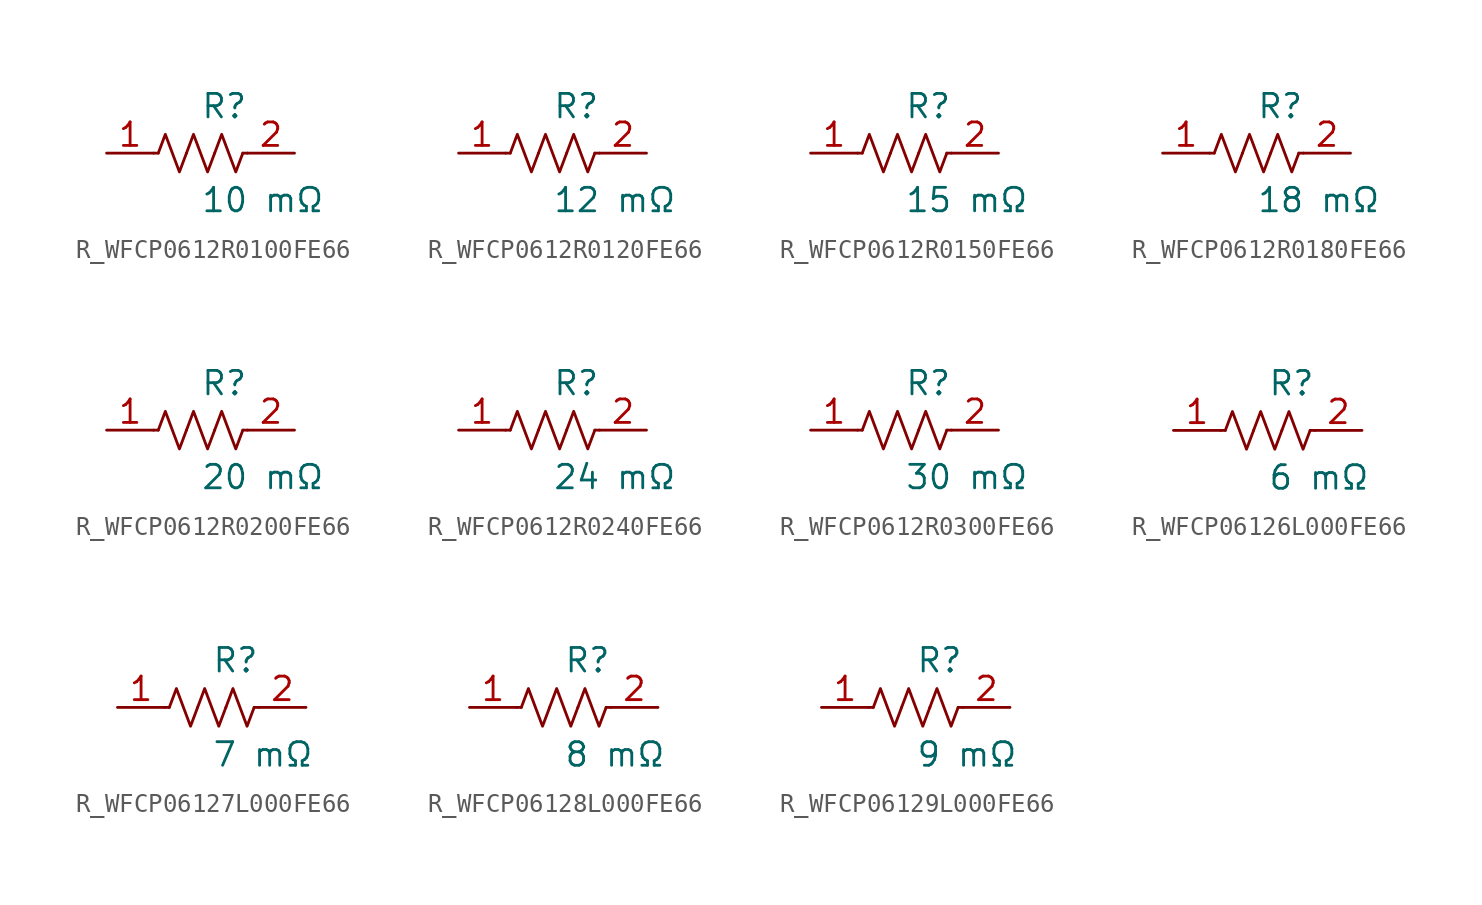
<source format=kicad_sym>
(kicad_symbol_lib
  (version 20231120)
  (generator kicad_symbol_editor)
  (generator_version 8.0)
  (symbol "R_WFCP0612R0100FE66"
    (pin_names
      (offset 0.254))
    (property "Reference" "R"
      (at 0 2.54 0)
      (effects (font (size 1.27 1.27)) (justify left)))
    (property "Value" "10 mΩ"
      (at 0 -2.54 0)
      (effects (font (size 1.27 1.27)) (justify left)))
    (symbol "R_WFCP0612R0100FE66_0_1"
      (polyline (pts (xy 2.286 0) (xy 2.54 0)) (stroke (width 0) (type default)) (fill (type none)))
      (polyline (pts (xy -2.286 0) (xy -2.54 0)) (stroke (width 0) (type default)) (fill (type none)))
      (polyline (pts (xy 0.762 0) (xy 1.143 1.016) (xy 1.524 0) (xy 1.905 -1.016) (xy 2.286 0)) (stroke (width 0) (type default)) (fill (type none)))
      (polyline (pts (xy -0.762 0) (xy -0.381 1.016) (xy 0 0) (xy 0.381 -1.016) (xy 0.762 0)) (stroke (width 0) (type default)) (fill (type none)))
      (polyline (pts (xy -2.286 0) (xy -1.905 1.016) (xy -1.524 0) (xy -1.143 -1.016) (xy -0.762 0)) (stroke (width 0) (type default)) (fill (type none))))
    (pin passive line
      (at -5.08 0 0)
      (length 2.54)
      (name "" (effects (font (size 1.27 1.27))))
      (number "1" (effects (font (size 1.27 1.27)))))
    (pin passive line
      (at 5.08 0 180)
      (length 2.54)
      (name "" (effects (font (size 1.27 1.27))))
      (number "2" (effects (font (size 1.27 1.27))))))
  (symbol "R_WFCP0612R0120FE66"
    (pin_names
      (offset 0.254))
    (property "Reference" "R"
      (at 0 2.54 0)
      (effects (font (size 1.27 1.27)) (justify left)))
    (property "Value" "12 mΩ"
      (at 0 -2.54 0)
      (effects (font (size 1.27 1.27)) (justify left)))
    (symbol "R_WFCP0612R0120FE66_0_1"
      (polyline (pts (xy 2.286 0) (xy 2.54 0)) (stroke (width 0) (type default)) (fill (type none)))
      (polyline (pts (xy -2.286 0) (xy -2.54 0)) (stroke (width 0) (type default)) (fill (type none)))
      (polyline (pts (xy 0.762 0) (xy 1.143 1.016) (xy 1.524 0) (xy 1.905 -1.016) (xy 2.286 0)) (stroke (width 0) (type default)) (fill (type none)))
      (polyline (pts (xy -0.762 0) (xy -0.381 1.016) (xy 0 0) (xy 0.381 -1.016) (xy 0.762 0)) (stroke (width 0) (type default)) (fill (type none)))
      (polyline (pts (xy -2.286 0) (xy -1.905 1.016) (xy -1.524 0) (xy -1.143 -1.016) (xy -0.762 0)) (stroke (width 0) (type default)) (fill (type none))))
    (pin passive line
      (at -5.08 0 0)
      (length 2.54)
      (name "" (effects (font (size 1.27 1.27))))
      (number "1" (effects (font (size 1.27 1.27)))))
    (pin passive line
      (at 5.08 0 180)
      (length 2.54)
      (name "" (effects (font (size 1.27 1.27))))
      (number "2" (effects (font (size 1.27 1.27))))))
  (symbol "R_WFCP0612R0150FE66"
    (pin_names
      (offset 0.254))
    (property "Reference" "R"
      (at 0 2.54 0)
      (effects (font (size 1.27 1.27)) (justify left)))
    (property "Value" "15 mΩ"
      (at 0 -2.54 0)
      (effects (font (size 1.27 1.27)) (justify left)))
    (symbol "R_WFCP0612R0150FE66_0_1"
      (polyline (pts (xy 2.286 0) (xy 2.54 0)) (stroke (width 0) (type default)) (fill (type none)))
      (polyline (pts (xy -2.286 0) (xy -2.54 0)) (stroke (width 0) (type default)) (fill (type none)))
      (polyline (pts (xy 0.762 0) (xy 1.143 1.016) (xy 1.524 0) (xy 1.905 -1.016) (xy 2.286 0)) (stroke (width 0) (type default)) (fill (type none)))
      (polyline (pts (xy -0.762 0) (xy -0.381 1.016) (xy 0 0) (xy 0.381 -1.016) (xy 0.762 0)) (stroke (width 0) (type default)) (fill (type none)))
      (polyline (pts (xy -2.286 0) (xy -1.905 1.016) (xy -1.524 0) (xy -1.143 -1.016) (xy -0.762 0)) (stroke (width 0) (type default)) (fill (type none))))
    (pin passive line
      (at -5.08 0 0)
      (length 2.54)
      (name "" (effects (font (size 1.27 1.27))))
      (number "1" (effects (font (size 1.27 1.27)))))
    (pin passive line
      (at 5.08 0 180)
      (length 2.54)
      (name "" (effects (font (size 1.27 1.27))))
      (number "2" (effects (font (size 1.27 1.27))))))
  (symbol "R_WFCP0612R0180FE66"
    (pin_names
      (offset 0.254))
    (property "Reference" "R"
      (at 0 2.54 0)
      (effects (font (size 1.27 1.27)) (justify left)))
    (property "Value" "18 mΩ"
      (at 0 -2.54 0)
      (effects (font (size 1.27 1.27)) (justify left)))
    (symbol "R_WFCP0612R0180FE66_0_1"
      (polyline (pts (xy 2.286 0) (xy 2.54 0)) (stroke (width 0) (type default)) (fill (type none)))
      (polyline (pts (xy -2.286 0) (xy -2.54 0)) (stroke (width 0) (type default)) (fill (type none)))
      (polyline (pts (xy 0.762 0) (xy 1.143 1.016) (xy 1.524 0) (xy 1.905 -1.016) (xy 2.286 0)) (stroke (width 0) (type default)) (fill (type none)))
      (polyline (pts (xy -0.762 0) (xy -0.381 1.016) (xy 0 0) (xy 0.381 -1.016) (xy 0.762 0)) (stroke (width 0) (type default)) (fill (type none)))
      (polyline (pts (xy -2.286 0) (xy -1.905 1.016) (xy -1.524 0) (xy -1.143 -1.016) (xy -0.762 0)) (stroke (width 0) (type default)) (fill (type none))))
    (pin passive line
      (at -5.08 0 0)
      (length 2.54)
      (name "" (effects (font (size 1.27 1.27))))
      (number "1" (effects (font (size 1.27 1.27)))))
    (pin passive line
      (at 5.08 0 180)
      (length 2.54)
      (name "" (effects (font (size 1.27 1.27))))
      (number "2" (effects (font (size 1.27 1.27))))))
  (symbol "R_WFCP0612R0200FE66"
    (pin_names
      (offset 0.254))
    (property "Reference" "R"
      (at 0 2.54 0)
      (effects (font (size 1.27 1.27)) (justify left)))
    (property "Value" "20 mΩ"
      (at 0 -2.54 0)
      (effects (font (size 1.27 1.27)) (justify left)))
    (symbol "R_WFCP0612R0200FE66_0_1"
      (polyline (pts (xy 2.286 0) (xy 2.54 0)) (stroke (width 0) (type default)) (fill (type none)))
      (polyline (pts (xy -2.286 0) (xy -2.54 0)) (stroke (width 0) (type default)) (fill (type none)))
      (polyline (pts (xy 0.762 0) (xy 1.143 1.016) (xy 1.524 0) (xy 1.905 -1.016) (xy 2.286 0)) (stroke (width 0) (type default)) (fill (type none)))
      (polyline (pts (xy -0.762 0) (xy -0.381 1.016) (xy 0 0) (xy 0.381 -1.016) (xy 0.762 0)) (stroke (width 0) (type default)) (fill (type none)))
      (polyline (pts (xy -2.286 0) (xy -1.905 1.016) (xy -1.524 0) (xy -1.143 -1.016) (xy -0.762 0)) (stroke (width 0) (type default)) (fill (type none))))
    (pin passive line
      (at -5.08 0 0)
      (length 2.54)
      (name "" (effects (font (size 1.27 1.27))))
      (number "1" (effects (font (size 1.27 1.27)))))
    (pin passive line
      (at 5.08 0 180)
      (length 2.54)
      (name "" (effects (font (size 1.27 1.27))))
      (number "2" (effects (font (size 1.27 1.27))))))
  (symbol "R_WFCP0612R0240FE66"
    (pin_names
      (offset 0.254))
    (property "Reference" "R"
      (at 0 2.54 0)
      (effects (font (size 1.27 1.27)) (justify left)))
    (property "Value" "24 mΩ"
      (at 0 -2.54 0)
      (effects (font (size 1.27 1.27)) (justify left)))
    (symbol "R_WFCP0612R0240FE66_0_1"
      (polyline (pts (xy 2.286 0) (xy 2.54 0)) (stroke (width 0) (type default)) (fill (type none)))
      (polyline (pts (xy -2.286 0) (xy -2.54 0)) (stroke (width 0) (type default)) (fill (type none)))
      (polyline (pts (xy 0.762 0) (xy 1.143 1.016) (xy 1.524 0) (xy 1.905 -1.016) (xy 2.286 0)) (stroke (width 0) (type default)) (fill (type none)))
      (polyline (pts (xy -0.762 0) (xy -0.381 1.016) (xy 0 0) (xy 0.381 -1.016) (xy 0.762 0)) (stroke (width 0) (type default)) (fill (type none)))
      (polyline (pts (xy -2.286 0) (xy -1.905 1.016) (xy -1.524 0) (xy -1.143 -1.016) (xy -0.762 0)) (stroke (width 0) (type default)) (fill (type none))))
    (pin passive line
      (at -5.08 0 0)
      (length 2.54)
      (name "" (effects (font (size 1.27 1.27))))
      (number "1" (effects (font (size 1.27 1.27)))))
    (pin passive line
      (at 5.08 0 180)
      (length 2.54)
      (name "" (effects (font (size 1.27 1.27))))
      (number "2" (effects (font (size 1.27 1.27))))))
  (symbol "R_WFCP0612R0300FE66"
    (pin_names
      (offset 0.254))
    (property "Reference" "R"
      (at 0 2.54 0)
      (effects (font (size 1.27 1.27)) (justify left)))
    (property "Value" "30 mΩ"
      (at 0 -2.54 0)
      (effects (font (size 1.27 1.27)) (justify left)))
    (symbol "R_WFCP0612R0300FE66_0_1"
      (polyline (pts (xy 2.286 0) (xy 2.54 0)) (stroke (width 0) (type default)) (fill (type none)))
      (polyline (pts (xy -2.286 0) (xy -2.54 0)) (stroke (width 0) (type default)) (fill (type none)))
      (polyline (pts (xy 0.762 0) (xy 1.143 1.016) (xy 1.524 0) (xy 1.905 -1.016) (xy 2.286 0)) (stroke (width 0) (type default)) (fill (type none)))
      (polyline (pts (xy -0.762 0) (xy -0.381 1.016) (xy 0 0) (xy 0.381 -1.016) (xy 0.762 0)) (stroke (width 0) (type default)) (fill (type none)))
      (polyline (pts (xy -2.286 0) (xy -1.905 1.016) (xy -1.524 0) (xy -1.143 -1.016) (xy -0.762 0)) (stroke (width 0) (type default)) (fill (type none))))
    (pin passive line
      (at -5.08 0 0)
      (length 2.54)
      (name "" (effects (font (size 1.27 1.27))))
      (number "1" (effects (font (size 1.27 1.27)))))
    (pin passive line
      (at 5.08 0 180)
      (length 2.54)
      (name "" (effects (font (size 1.27 1.27))))
      (number "2" (effects (font (size 1.27 1.27))))))
  (symbol "R_WFCP06126L000FE66"
    (pin_names
      (offset 0.254))
    (property "Reference" "R"
      (at 0 2.54 0)
      (effects (font (size 1.27 1.27)) (justify left)))
    (property "Value" "6 mΩ"
      (at 0 -2.54 0)
      (effects (font (size 1.27 1.27)) (justify left)))
    (symbol "R_WFCP06126L000FE66_0_1"
      (polyline (pts (xy 2.286 0) (xy 2.54 0)) (stroke (width 0) (type default)) (fill (type none)))
      (polyline (pts (xy -2.286 0) (xy -2.54 0)) (stroke (width 0) (type default)) (fill (type none)))
      (polyline (pts (xy 0.762 0) (xy 1.143 1.016) (xy 1.524 0) (xy 1.905 -1.016) (xy 2.286 0)) (stroke (width 0) (type default)) (fill (type none)))
      (polyline (pts (xy -0.762 0) (xy -0.381 1.016) (xy 0 0) (xy 0.381 -1.016) (xy 0.762 0)) (stroke (width 0) (type default)) (fill (type none)))
      (polyline (pts (xy -2.286 0) (xy -1.905 1.016) (xy -1.524 0) (xy -1.143 -1.016) (xy -0.762 0)) (stroke (width 0) (type default)) (fill (type none))))
    (pin passive line
      (at -5.08 0 0)
      (length 2.54)
      (name "" (effects (font (size 1.27 1.27))))
      (number "1" (effects (font (size 1.27 1.27)))))
    (pin passive line
      (at 5.08 0 180)
      (length 2.54)
      (name "" (effects (font (size 1.27 1.27))))
      (number "2" (effects (font (size 1.27 1.27))))))
  (symbol "R_WFCP06127L000FE66"
    (pin_names
      (offset 0.254))
    (property "Reference" "R"
      (at 0 2.54 0)
      (effects (font (size 1.27 1.27)) (justify left)))
    (property "Value" "7 mΩ"
      (at 0 -2.54 0)
      (effects (font (size 1.27 1.27)) (justify left)))
    (symbol "R_WFCP06127L000FE66_0_1"
      (polyline (pts (xy 2.286 0) (xy 2.54 0)) (stroke (width 0) (type default)) (fill (type none)))
      (polyline (pts (xy -2.286 0) (xy -2.54 0)) (stroke (width 0) (type default)) (fill (type none)))
      (polyline (pts (xy 0.762 0) (xy 1.143 1.016) (xy 1.524 0) (xy 1.905 -1.016) (xy 2.286 0)) (stroke (width 0) (type default)) (fill (type none)))
      (polyline (pts (xy -0.762 0) (xy -0.381 1.016) (xy 0 0) (xy 0.381 -1.016) (xy 0.762 0)) (stroke (width 0) (type default)) (fill (type none)))
      (polyline (pts (xy -2.286 0) (xy -1.905 1.016) (xy -1.524 0) (xy -1.143 -1.016) (xy -0.762 0)) (stroke (width 0) (type default)) (fill (type none))))
    (pin passive line
      (at -5.08 0 0)
      (length 2.54)
      (name "" (effects (font (size 1.27 1.27))))
      (number "1" (effects (font (size 1.27 1.27)))))
    (pin passive line
      (at 5.08 0 180)
      (length 2.54)
      (name "" (effects (font (size 1.27 1.27))))
      (number "2" (effects (font (size 1.27 1.27))))))
  (symbol "R_WFCP06128L000FE66"
    (pin_names
      (offset 0.254))
    (property "Reference" "R"
      (at 0 2.54 0)
      (effects (font (size 1.27 1.27)) (justify left)))
    (property "Value" "8 mΩ"
      (at 0 -2.54 0)
      (effects (font (size 1.27 1.27)) (justify left)))
    (symbol "R_WFCP06128L000FE66_0_1"
      (polyline (pts (xy 2.286 0) (xy 2.54 0)) (stroke (width 0) (type default)) (fill (type none)))
      (polyline (pts (xy -2.286 0) (xy -2.54 0)) (stroke (width 0) (type default)) (fill (type none)))
      (polyline (pts (xy 0.762 0) (xy 1.143 1.016) (xy 1.524 0) (xy 1.905 -1.016) (xy 2.286 0)) (stroke (width 0) (type default)) (fill (type none)))
      (polyline (pts (xy -0.762 0) (xy -0.381 1.016) (xy 0 0) (xy 0.381 -1.016) (xy 0.762 0)) (stroke (width 0) (type default)) (fill (type none)))
      (polyline (pts (xy -2.286 0) (xy -1.905 1.016) (xy -1.524 0) (xy -1.143 -1.016) (xy -0.762 0)) (stroke (width 0) (type default)) (fill (type none))))
    (pin passive line
      (at -5.08 0 0)
      (length 2.54)
      (name "" (effects (font (size 1.27 1.27))))
      (number "1" (effects (font (size 1.27 1.27)))))
    (pin passive line
      (at 5.08 0 180)
      (length 2.54)
      (name "" (effects (font (size 1.27 1.27))))
      (number "2" (effects (font (size 1.27 1.27))))))
  (symbol "R_WFCP06129L000FE66"
    (pin_names
      (offset 0.254))
    (property "Reference" "R"
      (at 0 2.54 0)
      (effects (font (size 1.27 1.27)) (justify left)))
    (property "Value" "9 mΩ"
      (at 0 -2.54 0)
      (effects (font (size 1.27 1.27)) (justify left)))
    (symbol "R_WFCP06129L000FE66_0_1"
      (polyline (pts (xy 2.286 0) (xy 2.54 0)) (stroke (width 0) (type default)) (fill (type none)))
      (polyline (pts (xy -2.286 0) (xy -2.54 0)) (stroke (width 0) (type default)) (fill (type none)))
      (polyline (pts (xy 0.762 0) (xy 1.143 1.016) (xy 1.524 0) (xy 1.905 -1.016) (xy 2.286 0)) (stroke (width 0) (type default)) (fill (type none)))
      (polyline (pts (xy -0.762 0) (xy -0.381 1.016) (xy 0 0) (xy 0.381 -1.016) (xy 0.762 0)) (stroke (width 0) (type default)) (fill (type none)))
      (polyline (pts (xy -2.286 0) (xy -1.905 1.016) (xy -1.524 0) (xy -1.143 -1.016) (xy -0.762 0)) (stroke (width 0) (type default)) (fill (type none))))
    (pin passive line
      (at -5.08 0 0)
      (length 2.54)
      (name "" (effects (font (size 1.27 1.27))))
      (number "1" (effects (font (size 1.27 1.27)))))
    (pin passive line
      (at 5.08 0 180)
      (length 2.54)
      (name "" (effects (font (size 1.27 1.27))))
      (number "2" (effects (font (size 1.27 1.27)))))))
</source>
